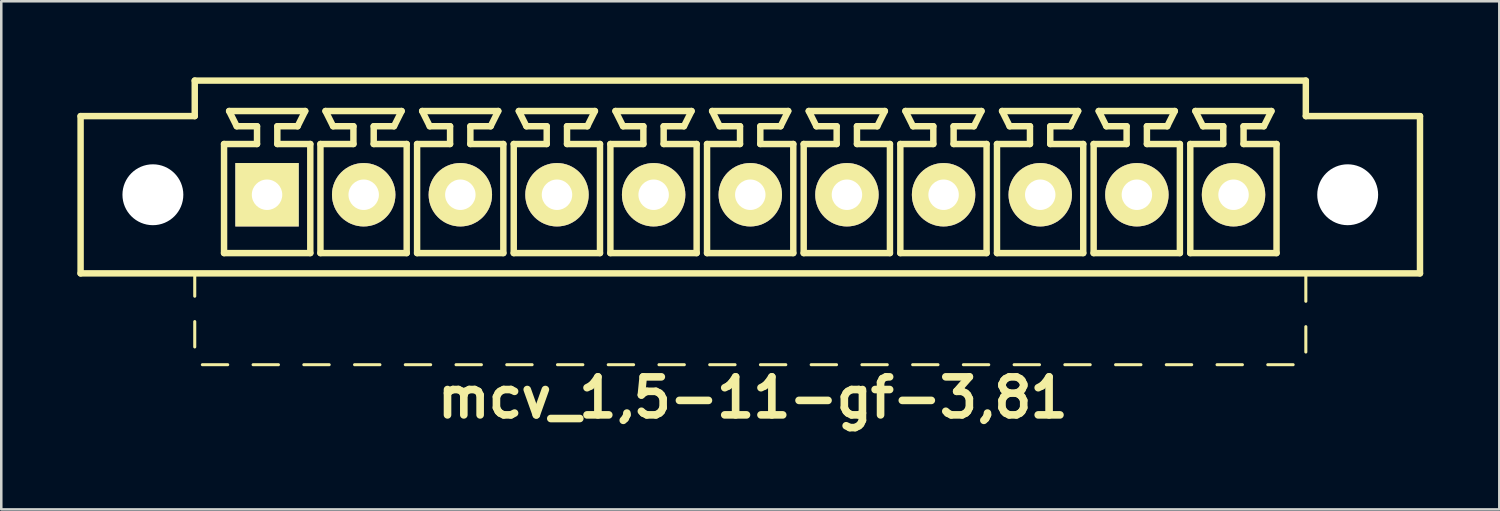
<source format=kicad_pcb>
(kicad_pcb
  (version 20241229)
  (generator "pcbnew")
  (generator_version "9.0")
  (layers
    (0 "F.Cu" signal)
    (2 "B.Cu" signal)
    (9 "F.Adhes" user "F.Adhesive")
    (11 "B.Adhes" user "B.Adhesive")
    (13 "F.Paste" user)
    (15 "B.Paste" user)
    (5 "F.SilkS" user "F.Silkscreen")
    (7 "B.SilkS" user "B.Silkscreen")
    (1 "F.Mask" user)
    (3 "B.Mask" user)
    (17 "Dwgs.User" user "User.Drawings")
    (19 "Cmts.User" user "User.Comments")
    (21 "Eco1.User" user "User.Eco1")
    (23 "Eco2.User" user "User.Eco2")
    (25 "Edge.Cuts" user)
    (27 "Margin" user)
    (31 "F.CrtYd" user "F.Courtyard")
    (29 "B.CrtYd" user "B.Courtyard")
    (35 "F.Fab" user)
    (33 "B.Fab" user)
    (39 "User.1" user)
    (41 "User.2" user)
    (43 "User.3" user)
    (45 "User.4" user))
  (footprint "mcv_1,5-11-gf-3,81"
    (layer "F.Cu")
    (at 26.527 4.627)
    (property "Reference" "mcv_1,5-11-gf-3,81" (at 0.1 8 0) (layer "F.SilkS") (effects (font (size 1.5 1.5) (thickness 0.3))))
    (attr through_hole)
    (fp_line (start -26.4 3.1) (end -26.4 -3.1) (stroke (width 0.254) (type solid)) (layer "F.SilkS"))
    (fp_line (start -26.4 3.1) (end 26.4 3.1) (stroke (width 0.254) (type solid)) (layer "F.SilkS"))
    (fp_line (start -21.9 -4.5) (end -21.9 -3.1) (stroke (width 0.254) (type solid)) (layer "F.SilkS"))
    (fp_line (start -21.9 -4.5) (end 21.9 -4.5) (stroke (width 0.254) (type solid)) (layer "F.SilkS"))
    (fp_line (start -21.9 -3.1) (end -26.4 -3.1) (stroke (width 0.254) (type solid)) (layer "F.SilkS"))
    (fp_line (start -21.9 3.1) (end -21.9 4) (stroke (width 0.12) (type solid)) (layer "F.SilkS"))
    (fp_line (start -21.9 5) (end -21.9 6) (stroke (width 0.12) (type solid)) (layer "F.SilkS"))
    (fp_line (start -21.6 6.7) (end -20.6 6.7) (stroke (width 0.12) (type solid)) (layer "F.SilkS"))
    (fp_line (start -20.745 -2) (end -19.445 -2) (stroke (width 0.254) (type solid)) (layer "F.SilkS"))
    (fp_line (start -20.745 2.3) (end -20.745 -2) (stroke (width 0.254) (type solid)) (layer "F.SilkS"))
    (fp_line (start -20.545 -3.3) (end -17.545 -3.3) (stroke (width 0.254) (type solid)) (layer "F.SilkS"))
    (fp_line (start -20.245 -2.7) (end -20.545 -3.3) (stroke (width 0.254) (type solid)) (layer "F.SilkS"))
    (fp_line (start -19.6 6.7) (end -18.6 6.7) (stroke (width 0.12) (type solid)) (layer "F.SilkS"))
    (fp_line (start -19.445 -2.7) (end -20.245 -2.7) (stroke (width 0.254) (type solid)) (layer "F.SilkS"))
    (fp_line (start -19.445 -2) (end -19.445 -2.7) (stroke (width 0.254) (type solid)) (layer "F.SilkS"))
    (fp_line (start -18.645 -2.7) (end -18.645 -2) (stroke (width 0.254) (type solid)) (layer "F.SilkS"))
    (fp_line (start -18.645 -2) (end -17.345 -2) (stroke (width 0.254) (type solid)) (layer "F.SilkS"))
    (fp_line (start -17.845 -2.7) (end -18.645 -2.7) (stroke (width 0.254) (type solid)) (layer "F.SilkS"))
    (fp_line (start -17.845 -2.7) (end -17.545 -3.3) (stroke (width 0.254) (type solid)) (layer "F.SilkS"))
    (fp_line (start -17.6 6.7) (end -16.6 6.7) (stroke (width 0.12) (type solid)) (layer "F.SilkS"))
    (fp_line (start -17.345 -2) (end -17.345 2.3) (stroke (width 0.254) (type solid)) (layer "F.SilkS"))
    (fp_line (start -17.345 2.3) (end -20.745 2.3) (stroke (width 0.254) (type solid)) (layer "F.SilkS"))
    (fp_line (start -16.945 -2) (end -15.645 -2) (stroke (width 0.254) (type solid)) (layer "F.SilkS"))
    (fp_line (start -16.945 2.3) (end -16.945 -2) (stroke (width 0.254) (type solid)) (layer "F.SilkS"))
    (fp_line (start -16.745 -3.3) (end -13.745 -3.3) (stroke (width 0.254) (type solid)) (layer "F.SilkS"))
    (fp_line (start -16.445 -2.7) (end -16.745 -3.3) (stroke (width 0.254) (type solid)) (layer "F.SilkS"))
    (fp_line (start -15.645 -2.7) (end -16.445 -2.7) (stroke (width 0.254) (type solid)) (layer "F.SilkS"))
    (fp_line (start -15.645 -2) (end -15.645 -2.7) (stroke (width 0.254) (type solid)) (layer "F.SilkS"))
    (fp_line (start -15.6 6.7) (end -14.6 6.7) (stroke (width 0.12) (type solid)) (layer "F.SilkS"))
    (fp_line (start -14.845 -2.7) (end -14.845 -2) (stroke (width 0.254) (type solid)) (layer "F.SilkS"))
    (fp_line (start -14.845 -2) (end -13.545 -2) (stroke (width 0.254) (type solid)) (layer "F.SilkS"))
    (fp_line (start -14.045 -2.7) (end -14.845 -2.7) (stroke (width 0.254) (type solid)) (layer "F.SilkS"))
    (fp_line (start -14.045 -2.7) (end -13.745 -3.3) (stroke (width 0.254) (type solid)) (layer "F.SilkS"))
    (fp_line (start -13.6 6.7) (end -12.6 6.7) (stroke (width 0.12) (type solid)) (layer "F.SilkS"))
    (fp_line (start -13.545 -2) (end -13.545 2.3) (stroke (width 0.254) (type solid)) (layer "F.SilkS"))
    (fp_line (start -13.545 2.3) (end -16.945 2.3) (stroke (width 0.254) (type solid)) (layer "F.SilkS"))
    (fp_line (start -13.135 -2) (end -11.835 -2) (stroke (width 0.254) (type solid)) (layer "F.SilkS"))
    (fp_line (start -13.135 2.3) (end -13.135 -2) (stroke (width 0.254) (type solid)) (layer "F.SilkS"))
    (fp_line (start -12.935 -3.3) (end -9.935 -3.3) (stroke (width 0.254) (type solid)) (layer "F.SilkS"))
    (fp_line (start -12.635 -2.7) (end -12.935 -3.3) (stroke (width 0.254) (type solid)) (layer "F.SilkS"))
    (fp_line (start -11.835 -2.7) (end -12.635 -2.7) (stroke (width 0.254) (type solid)) (layer "F.SilkS"))
    (fp_line (start -11.835 -2) (end -11.835 -2.7) (stroke (width 0.254) (type solid)) (layer "F.SilkS"))
    (fp_line (start -11.6 6.7) (end -10.6 6.7) (stroke (width 0.12) (type solid)) (layer "F.SilkS"))
    (fp_line (start -11.035 -2.7) (end -11.035 -2) (stroke (width 0.254) (type solid)) (layer "F.SilkS"))
    (fp_line (start -11.035 -2) (end -9.735 -2) (stroke (width 0.254) (type solid)) (layer "F.SilkS"))
    (fp_line (start -10.235 -2.7) (end -11.035 -2.7) (stroke (width 0.254) (type solid)) (layer "F.SilkS"))
    (fp_line (start -10.235 -2.7) (end -9.935 -3.3) (stroke (width 0.254) (type solid)) (layer "F.SilkS"))
    (fp_line (start -9.735 -2) (end -9.735 2.3) (stroke (width 0.254) (type solid)) (layer "F.SilkS"))
    (fp_line (start -9.735 2.3) (end -13.135 2.3) (stroke (width 0.254) (type solid)) (layer "F.SilkS"))
    (fp_line (start -9.6 6.7) (end -8.6 6.7) (stroke (width 0.12) (type solid)) (layer "F.SilkS"))
    (fp_line (start -9.325 -2) (end -8.025 -2) (stroke (width 0.254) (type solid)) (layer "F.SilkS"))
    (fp_line (start -9.325 2.3) (end -9.325 -2) (stroke (width 0.254) (type solid)) (layer "F.SilkS"))
    (fp_line (start -9.125 -3.3) (end -6.125 -3.3) (stroke (width 0.254) (type solid)) (layer "F.SilkS"))
    (fp_line (start -8.825 -2.7) (end -9.125 -3.3) (stroke (width 0.254) (type solid)) (layer "F.SilkS"))
    (fp_line (start -8.025 -2.7) (end -8.825 -2.7) (stroke (width 0.254) (type solid)) (layer "F.SilkS"))
    (fp_line (start -8.025 -2) (end -8.025 -2.7) (stroke (width 0.254) (type solid)) (layer "F.SilkS"))
    (fp_line (start -7.6 6.7) (end -6.6 6.7) (stroke (width 0.12) (type solid)) (layer "F.SilkS"))
    (fp_line (start -7.225 -2.7) (end -7.225 -2) (stroke (width 0.254) (type solid)) (layer "F.SilkS"))
    (fp_line (start -7.225 -2) (end -5.925 -2) (stroke (width 0.254) (type solid)) (layer "F.SilkS"))
    (fp_line (start -6.425 -2.7) (end -7.225 -2.7) (stroke (width 0.254) (type solid)) (layer "F.SilkS"))
    (fp_line (start -6.425 -2.7) (end -6.125 -3.3) (stroke (width 0.254) (type solid)) (layer "F.SilkS"))
    (fp_line (start -5.925 -2) (end -5.925 2.3) (stroke (width 0.254) (type solid)) (layer "F.SilkS"))
    (fp_line (start -5.925 2.3) (end -9.325 2.3) (stroke (width 0.254) (type solid)) (layer "F.SilkS"))
    (fp_line (start -5.6 6.7) (end -4.6 6.7) (stroke (width 0.12) (type solid)) (layer "F.SilkS"))
    (fp_line (start -5.515 -2) (end -4.215 -2) (stroke (width 0.254) (type solid)) (layer "F.SilkS"))
    (fp_line (start -5.515 2.3) (end -5.515 -2) (stroke (width 0.254) (type solid)) (layer "F.SilkS"))
    (fp_line (start -5.315 -3.3) (end -2.315 -3.3) (stroke (width 0.254) (type solid)) (layer "F.SilkS"))
    (fp_line (start -5.015 -2.7) (end -5.315 -3.3) (stroke (width 0.254) (type solid)) (layer "F.SilkS"))
    (fp_line (start -4.215 -2.7) (end -5.015 -2.7) (stroke (width 0.254) (type solid)) (layer "F.SilkS"))
    (fp_line (start -4.215 -2) (end -4.215 -2.7) (stroke (width 0.254) (type solid)) (layer "F.SilkS"))
    (fp_line (start -3.6 6.7) (end -2.6 6.7) (stroke (width 0.12) (type solid)) (layer "F.SilkS"))
    (fp_line (start -3.415 -2.7) (end -3.415 -2) (stroke (width 0.254) (type solid)) (layer "F.SilkS"))
    (fp_line (start -3.415 -2) (end -2.115 -2) (stroke (width 0.254) (type solid)) (layer "F.SilkS"))
    (fp_line (start -2.615 -2.7) (end -3.415 -2.7) (stroke (width 0.254) (type solid)) (layer "F.SilkS"))
    (fp_line (start -2.615 -2.7) (end -2.315 -3.3) (stroke (width 0.254) (type solid)) (layer "F.SilkS"))
    (fp_line (start -2.115 -2) (end -2.115 2.3) (stroke (width 0.254) (type solid)) (layer "F.SilkS"))
    (fp_line (start -2.115 2.3) (end -5.515 2.3) (stroke (width 0.254) (type solid)) (layer "F.SilkS"))
    (fp_line (start -1.705 -2) (end -0.405 -2) (stroke (width 0.254) (type solid)) (layer "F.SilkS"))
    (fp_line (start -1.705 2.3) (end -1.705 -2) (stroke (width 0.254) (type solid)) (layer "F.SilkS"))
    (fp_line (start -1.6 6.7) (end -0.6 6.7) (stroke (width 0.12) (type solid)) (layer "F.SilkS"))
    (fp_line (start -1.505 -3.3) (end 1.495 -3.3) (stroke (width 0.254) (type solid)) (layer "F.SilkS"))
    (fp_line (start -1.205 -2.7) (end -1.505 -3.3) (stroke (width 0.254) (type solid)) (layer "F.SilkS"))
    (fp_line (start -0.405 -2.7) (end -1.205 -2.7) (stroke (width 0.254) (type solid)) (layer "F.SilkS"))
    (fp_line (start -0.405 -2) (end -0.405 -2.7) (stroke (width 0.254) (type solid)) (layer "F.SilkS"))
    (fp_line (start 0.395 -2.7) (end 0.395 -2) (stroke (width 0.254) (type solid)) (layer "F.SilkS"))
    (fp_line (start 0.395 -2) (end 1.695 -2) (stroke (width 0.254) (type solid)) (layer "F.SilkS"))
    (fp_line (start 0.4 6.7) (end 1.4 6.7) (stroke (width 0.12) (type solid)) (layer "F.SilkS"))
    (fp_line (start 1.195 -2.7) (end 0.395 -2.7) (stroke (width 0.254) (type solid)) (layer "F.SilkS"))
    (fp_line (start 1.195 -2.7) (end 1.495 -3.3) (stroke (width 0.254) (type solid)) (layer "F.SilkS"))
    (fp_line (start 1.695 -2) (end 1.695 2.3) (stroke (width 0.254) (type solid)) (layer "F.SilkS"))
    (fp_line (start 1.695 2.3) (end -1.705 2.3) (stroke (width 0.254) (type solid)) (layer "F.SilkS"))
    (fp_line (start 2.105 -2) (end 3.405 -2) (stroke (width 0.254) (type solid)) (layer "F.SilkS"))
    (fp_line (start 2.105 2.3) (end 2.105 -2) (stroke (width 0.254) (type solid)) (layer "F.SilkS"))
    (fp_line (start 2.305 -3.3) (end 5.305 -3.3) (stroke (width 0.254) (type solid)) (layer "F.SilkS"))
    (fp_line (start 2.4 6.7) (end 3.4 6.7) (stroke (width 0.12) (type solid)) (layer "F.SilkS"))
    (fp_line (start 2.605 -2.7) (end 2.305 -3.3) (stroke (width 0.254) (type solid)) (layer "F.SilkS"))
    (fp_line (start 3.405 -2.7) (end 2.605 -2.7) (stroke (width 0.254) (type solid)) (layer "F.SilkS"))
    (fp_line (start 3.405 -2) (end 3.405 -2.7) (stroke (width 0.254) (type solid)) (layer "F.SilkS"))
    (fp_line (start 4.205 -2.7) (end 4.205 -2) (stroke (width 0.254) (type solid)) (layer "F.SilkS"))
    (fp_line (start 4.205 -2) (end 5.505 -2) (stroke (width 0.254) (type solid)) (layer "F.SilkS"))
    (fp_line (start 4.4 6.7) (end 5.4 6.7) (stroke (width 0.12) (type solid)) (layer "F.SilkS"))
    (fp_line (start 5.005 -2.7) (end 4.205 -2.7) (stroke (width 0.254) (type solid)) (layer "F.SilkS"))
    (fp_line (start 5.005 -2.7) (end 5.305 -3.3) (stroke (width 0.254) (type solid)) (layer "F.SilkS"))
    (fp_line (start 5.505 -2) (end 5.505 2.3) (stroke (width 0.254) (type solid)) (layer "F.SilkS"))
    (fp_line (start 5.505 2.3) (end 2.105 2.3) (stroke (width 0.254) (type solid)) (layer "F.SilkS"))
    (fp_line (start 5.915 -2) (end 7.215 -2) (stroke (width 0.254) (type solid)) (layer "F.SilkS"))
    (fp_line (start 5.915 2.3) (end 5.915 -2) (stroke (width 0.254) (type solid)) (layer "F.SilkS"))
    (fp_line (start 6.115 -3.3) (end 9.115 -3.3) (stroke (width 0.254) (type solid)) (layer "F.SilkS"))
    (fp_line (start 6.4 6.7) (end 7.4 6.7) (stroke (width 0.12) (type solid)) (layer "F.SilkS"))
    (fp_line (start 6.415 -2.7) (end 6.115 -3.3) (stroke (width 0.254) (type solid)) (layer "F.SilkS"))
    (fp_line (start 7.215 -2.7) (end 6.415 -2.7) (stroke (width 0.254) (type solid)) (layer "F.SilkS"))
    (fp_line (start 7.215 -2) (end 7.215 -2.7) (stroke (width 0.254) (type solid)) (layer "F.SilkS"))
    (fp_line (start 8.015 -2.7) (end 8.015 -2) (stroke (width 0.254) (type solid)) (layer "F.SilkS"))
    (fp_line (start 8.015 -2) (end 9.315 -2) (stroke (width 0.254) (type solid)) (layer "F.SilkS"))
    (fp_line (start 8.4 6.7) (end 9.4 6.7) (stroke (width 0.12) (type solid)) (layer "F.SilkS"))
    (fp_line (start 8.815 -2.7) (end 8.015 -2.7) (stroke (width 0.254) (type solid)) (layer "F.SilkS"))
    (fp_line (start 8.815 -2.7) (end 9.115 -3.3) (stroke (width 0.254) (type solid)) (layer "F.SilkS"))
    (fp_line (start 9.315 -2) (end 9.315 2.3) (stroke (width 0.254) (type solid)) (layer "F.SilkS"))
    (fp_line (start 9.315 2.3) (end 5.915 2.3) (stroke (width 0.254) (type solid)) (layer "F.SilkS"))
    (fp_line (start 9.725 -2) (end 11.025 -2) (stroke (width 0.254) (type solid)) (layer "F.SilkS"))
    (fp_line (start 9.725 2.3) (end 9.725 -2) (stroke (width 0.254) (type solid)) (layer "F.SilkS"))
    (fp_line (start 9.925 -3.3) (end 12.925 -3.3) (stroke (width 0.254) (type solid)) (layer "F.SilkS"))
    (fp_line (start 10.225 -2.7) (end 9.925 -3.3) (stroke (width 0.254) (type solid)) (layer "F.SilkS"))
    (fp_line (start 10.4 6.7) (end 11.4 6.7) (stroke (width 0.12) (type solid)) (layer "F.SilkS"))
    (fp_line (start 11.025 -2.7) (end 10.225 -2.7) (stroke (width 0.254) (type solid)) (layer "F.SilkS"))
    (fp_line (start 11.025 -2) (end 11.025 -2.7) (stroke (width 0.254) (type solid)) (layer "F.SilkS"))
    (fp_line (start 11.825 -2.7) (end 11.825 -2) (stroke (width 0.254) (type solid)) (layer "F.SilkS"))
    (fp_line (start 11.825 -2) (end 13.125 -2) (stroke (width 0.254) (type solid)) (layer "F.SilkS"))
    (fp_line (start 12.4 6.7) (end 13.4 6.7) (stroke (width 0.12) (type solid)) (layer "F.SilkS"))
    (fp_line (start 12.625 -2.7) (end 11.825 -2.7) (stroke (width 0.254) (type solid)) (layer "F.SilkS"))
    (fp_line (start 12.625 -2.7) (end 12.925 -3.3) (stroke (width 0.254) (type solid)) (layer "F.SilkS"))
    (fp_line (start 13.125 -2) (end 13.125 2.3) (stroke (width 0.254) (type solid)) (layer "F.SilkS"))
    (fp_line (start 13.125 2.3) (end 9.725 2.3) (stroke (width 0.254) (type solid)) (layer "F.SilkS"))
    (fp_line (start 13.535 -2) (end 14.835 -2) (stroke (width 0.254) (type solid)) (layer "F.SilkS"))
    (fp_line (start 13.535 2.3) (end 13.535 -2) (stroke (width 0.254) (type solid)) (layer "F.SilkS"))
    (fp_line (start 13.735 -3.3) (end 16.735 -3.3) (stroke (width 0.254) (type solid)) (layer "F.SilkS"))
    (fp_line (start 14.035 -2.7) (end 13.735 -3.3) (stroke (width 0.254) (type solid)) (layer "F.SilkS"))
    (fp_line (start 14.4 6.7) (end 15.4 6.7) (stroke (width 0.12) (type solid)) (layer "F.SilkS"))
    (fp_line (start 14.835 -2.7) (end 14.035 -2.7) (stroke (width 0.254) (type solid)) (layer "F.SilkS"))
    (fp_line (start 14.835 -2) (end 14.835 -2.7) (stroke (width 0.254) (type solid)) (layer "F.SilkS"))
    (fp_line (start 15.635 -2.7) (end 15.635 -2) (stroke (width 0.254) (type solid)) (layer "F.SilkS"))
    (fp_line (start 15.635 -2) (end 16.935 -2) (stroke (width 0.254) (type solid)) (layer "F.SilkS"))
    (fp_line (start 16.4 6.7) (end 17.4 6.7) (stroke (width 0.12) (type solid)) (layer "F.SilkS"))
    (fp_line (start 16.435 -2.7) (end 15.635 -2.7) (stroke (width 0.254) (type solid)) (layer "F.SilkS"))
    (fp_line (start 16.435 -2.7) (end 16.735 -3.3) (stroke (width 0.254) (type solid)) (layer "F.SilkS"))
    (fp_line (start 16.935 -2) (end 16.935 2.3) (stroke (width 0.254) (type solid)) (layer "F.SilkS"))
    (fp_line (start 16.935 2.3) (end 13.535 2.3) (stroke (width 0.254) (type solid)) (layer "F.SilkS"))
    (fp_line (start 17.345 -2) (end 18.645 -2) (stroke (width 0.254) (type solid)) (layer "F.SilkS"))
    (fp_line (start 17.345 2.3) (end 17.345 -2) (stroke (width 0.254) (type solid)) (layer "F.SilkS"))
    (fp_line (start 17.545 -3.3) (end 20.545 -3.3) (stroke (width 0.254) (type solid)) (layer "F.SilkS"))
    (fp_line (start 17.845 -2.7) (end 17.545 -3.3) (stroke (width 0.254) (type solid)) (layer "F.SilkS"))
    (fp_line (start 18.4 6.7) (end 19.4 6.7) (stroke (width 0.12) (type solid)) (layer "F.SilkS"))
    (fp_line (start 18.645 -2.7) (end 17.845 -2.7) (stroke (width 0.254) (type solid)) (layer "F.SilkS"))
    (fp_line (start 18.645 -2) (end 18.645 -2.7) (stroke (width 0.254) (type solid)) (layer "F.SilkS"))
    (fp_line (start 19.445 -2.7) (end 19.445 -2) (stroke (width 0.254) (type solid)) (layer "F.SilkS"))
    (fp_line (start 19.445 -2) (end 20.745 -2) (stroke (width 0.254) (type solid)) (layer "F.SilkS"))
    (fp_line (start 20.245 -2.7) (end 19.445 -2.7) (stroke (width 0.254) (type solid)) (layer "F.SilkS"))
    (fp_line (start 20.245 -2.7) (end 20.545 -3.3) (stroke (width 0.254) (type solid)) (layer "F.SilkS"))
    (fp_line (start 20.4 6.7) (end 21.4 6.7) (stroke (width 0.12) (type solid)) (layer "F.SilkS"))
    (fp_line (start 20.745 -2) (end 20.745 2.3) (stroke (width 0.254) (type solid)) (layer "F.SilkS"))
    (fp_line (start 20.745 2.3) (end 17.345 2.3) (stroke (width 0.254) (type solid)) (layer "F.SilkS"))
    (fp_line (start 21.9 -4.5) (end 21.9 -3.1) (stroke (width 0.254) (type solid)) (layer "F.SilkS"))
    (fp_line (start 21.9 -3.1) (end 26.4 -3.1) (stroke (width 0.254) (type solid)) (layer "F.SilkS"))
    (fp_line (start 21.9 4.2) (end 21.9 3.2) (stroke (width 0.12) (type solid)) (layer "F.SilkS"))
    (fp_line (start 21.9 6.2) (end 21.9 5.2) (stroke (width 0.12) (type solid)) (layer "F.SilkS"))
    (fp_line (start 26.4 3.1) (end 26.4 -3.1) (stroke (width 0.254) (type solid)) (layer "F.SilkS"))
    (pad "" np_thru_hole circle (at -23.55 0) (size 2.4 2.4) (drill 2.4) (layers "*.Cu" "*.Mask"))
    (pad "" np_thru_hole circle (at 23.55 0) (size 2.4 2.4) (drill 2.4) (layers "*.Cu" "*.Mask"))
    (pad "1" thru_hole rect (at -19.05 0) (size 2.5 2.5) (drill 1.2) (layers "*.Cu" "*.Mask" "F.SilkS"))
    (pad "2" thru_hole circle (at -15.24 0) (size 2.5 2.5) (drill 1.2) (layers "*.Cu" "*.Mask" "F.SilkS"))
    (pad "3" thru_hole circle (at -11.43 0) (size 2.5 2.5) (drill 1.2) (layers "*.Cu" "*.Mask" "F.SilkS"))
    (pad "4" thru_hole circle (at -7.62 0) (size 2.5 2.5) (drill 1.2) (layers "*.Cu" "*.Mask" "F.SilkS"))
    (pad "5" thru_hole circle (at -3.81 0) (size 2.5 2.5) (drill 1.2) (layers "*.Cu" "*.Mask" "F.SilkS"))
    (pad "6" thru_hole circle (at 0 0) (size 2.5 2.5) (drill 1.2) (layers "*.Cu" "*.Mask" "F.SilkS"))
    (pad "7" thru_hole circle (at 3.81 0) (size 2.5 2.5) (drill 1.2) (layers "*.Cu" "*.Mask" "F.SilkS"))
    (pad "8" thru_hole circle (at 7.62 0) (size 2.5 2.5) (drill 1.2) (layers "*.Cu" "*.Mask" "F.SilkS"))
    (pad "9" thru_hole circle (at 11.43 0) (size 2.5 2.5) (drill 1.2) (layers "*.Cu" "*.Mask" "F.SilkS"))
    (pad "10" thru_hole circle (at 15.24 0) (size 2.5 2.5) (drill 1.2) (layers "*.Cu" "*.Mask" "F.SilkS"))
    (pad "11" thru_hole circle (at 19.05 0) (size 2.5 2.5) (drill 1.2) (layers "*.Cu" "*.Mask" "F.SilkS")))
  (gr_rect
    (start -3 -3)
    (end 56.054 17.031)
    (stroke (width 0.1) (type default))
    (fill no)
    (layer "Edge.Cuts")))
</source>
